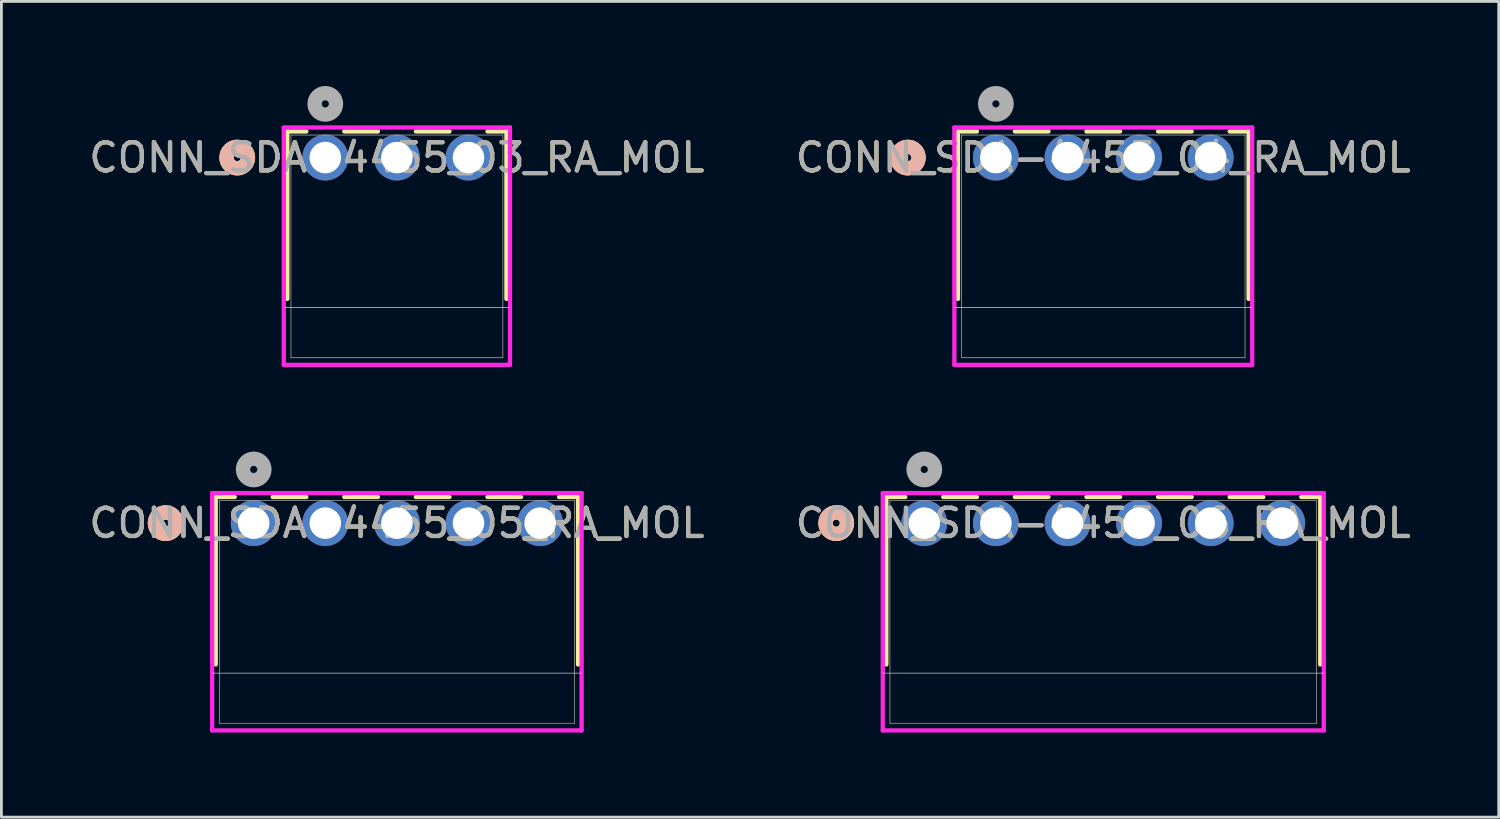
<source format=kicad_pcb>
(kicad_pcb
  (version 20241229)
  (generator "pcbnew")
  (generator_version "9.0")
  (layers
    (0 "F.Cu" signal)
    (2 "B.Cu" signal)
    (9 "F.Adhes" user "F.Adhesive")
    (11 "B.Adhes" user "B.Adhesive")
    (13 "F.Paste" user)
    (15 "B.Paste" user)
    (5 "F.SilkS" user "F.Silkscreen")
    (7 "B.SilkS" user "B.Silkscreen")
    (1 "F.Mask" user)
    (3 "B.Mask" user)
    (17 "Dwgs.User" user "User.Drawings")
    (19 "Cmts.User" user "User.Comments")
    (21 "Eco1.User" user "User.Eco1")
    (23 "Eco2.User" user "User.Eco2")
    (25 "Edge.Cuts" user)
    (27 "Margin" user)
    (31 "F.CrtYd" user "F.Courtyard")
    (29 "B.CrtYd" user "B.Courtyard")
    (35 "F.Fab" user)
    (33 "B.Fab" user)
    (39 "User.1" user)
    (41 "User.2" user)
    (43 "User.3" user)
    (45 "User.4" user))
  (footprint "CONN_SDA-4455_06_RA_MOL"
    (layer "F.Cu")
    (at 29.739 15.509)
    (property "Reference" "CONN_SDA-4455_06_RA_MOL" (at 6.35 0 0) (unlocked yes) (layer "F.SilkS") (effects (font (size 1 1) (thickness 0.15))))
    (attr through_hole)
    (fp_line (start -1.346 -0.927) (end -1.346 5.014) (stroke (width 0.152) (type solid)) (layer "F.SilkS"))
    (fp_line (start -0.673 -0.927) (end -1.346 -0.927) (stroke (width 0.152) (type solid)) (layer "F.SilkS"))
    (fp_line (start 1.867 -0.927) (end 0.673 -0.927) (stroke (width 0.152) (type solid)) (layer "F.SilkS"))
    (fp_line (start 4.407 -0.927) (end 3.213 -0.927) (stroke (width 0.152) (type solid)) (layer "F.SilkS"))
    (fp_line (start 6.947 -0.927) (end 5.753 -0.927) (stroke (width 0.152) (type solid)) (layer "F.SilkS"))
    (fp_line (start 9.487 -0.927) (end 8.293 -0.927) (stroke (width 0.152) (type solid)) (layer "F.SilkS"))
    (fp_line (start 12.027 -0.927) (end 10.833 -0.927) (stroke (width 0.152) (type solid)) (layer "F.SilkS"))
    (fp_line (start 14.046 -0.927) (end 13.373 -0.927) (stroke (width 0.152) (type solid)) (layer "F.SilkS"))
    (fp_line (start 14.046 5.014) (end 14.046 -0.927) (stroke (width 0.152) (type solid)) (layer "F.SilkS"))
    (fp_circle (center -3.124 0) (end -2.743 0) (stroke (width 0.508) (type solid)) (fill no) (layer "F.SilkS"))
    (fp_circle (center -3.124 0) (end -2.743 0) (stroke (width 0.508) (type solid)) (fill no) (layer "B.SilkS"))
    (fp_line (start -1.473 5.321) (end 14.173 5.321) (stroke (width 0.025) (type solid)) (layer "Edge.Cuts"))
    (fp_line (start -1.473 -1.067) (end -1.473 7.353) (stroke (width 0.152) (type solid)) (layer "F.CrtYd"))
    (fp_line (start -1.473 7.353) (end 14.173 7.353) (stroke (width 0.152) (type solid)) (layer "F.CrtYd"))
    (fp_line (start 14.173 -1.067) (end -1.473 -1.067) (stroke (width 0.152) (type solid)) (layer "F.CrtYd"))
    (fp_line (start 14.173 7.353) (end 14.173 -1.067) (stroke (width 0.152) (type solid)) (layer "F.CrtYd"))
    (fp_line (start -1.219 -0.8) (end -1.219 7.099) (stroke (width 0.025) (type solid)) (layer "F.Fab"))
    (fp_line (start -1.219 7.099) (end 13.919 7.099) (stroke (width 0.025) (type solid)) (layer "F.Fab"))
    (fp_line (start 13.919 -0.8) (end -1.219 -0.8) (stroke (width 0.025) (type solid)) (layer "F.Fab"))
    (fp_line (start 13.919 7.099) (end 13.919 -0.8) (stroke (width 0.025) (type solid)) (layer "F.Fab"))
    (fp_circle (center 0 -1.905) (end 0.381 -1.905) (stroke (width 0.508) (type solid)) (fill no) (layer "F.Fab"))
    (fp_text user "${REFERENCE}" (at 6.35 0 0) (unlocked yes) (layer "F.Fab") (effects (font (size 1 1) (thickness 0.15))))
    (pad "1" thru_hole circle (at 0 0) (size 1.626 1.626) (drill 1.118) (layers "*.Cu" "*.Mask"))
    (pad "2" thru_hole circle (at 2.54 0) (size 1.626 1.626) (drill 1.118) (layers "*.Cu" "*.Mask"))
    (pad "3" thru_hole circle (at 5.08 0) (size 1.626 1.626) (drill 1.118) (layers "*.Cu" "*.Mask"))
    (pad "4" thru_hole circle (at 7.62 0) (size 1.626 1.626) (drill 1.118) (layers "*.Cu" "*.Mask"))
    (pad "5" thru_hole circle (at 10.16 0) (size 1.626 1.626) (drill 1.118) (layers "*.Cu" "*.Mask"))
    (pad "6" thru_hole circle (at 12.7 0) (size 1.626 1.626) (drill 1.118) (layers "*.Cu" "*.Mask")))
  (footprint "CONN_SDA-4455_05_RA_MOL"
    (layer "F.Cu")
    (at 5.95 15.509)
    (property "Reference" "CONN_SDA-4455_05_RA_MOL" (at 5.08 0 0) (unlocked yes) (layer "F.SilkS") (effects (font (size 1 1) (thickness 0.15))))
    (attr through_hole)
    (fp_line (start -1.346 -0.927) (end -1.346 5.014) (stroke (width 0.152) (type solid)) (layer "F.SilkS"))
    (fp_line (start -0.673 -0.927) (end -1.346 -0.927) (stroke (width 0.152) (type solid)) (layer "F.SilkS"))
    (fp_line (start 1.867 -0.927) (end 0.673 -0.927) (stroke (width 0.152) (type solid)) (layer "F.SilkS"))
    (fp_line (start 4.407 -0.927) (end 3.213 -0.927) (stroke (width 0.152) (type solid)) (layer "F.SilkS"))
    (fp_line (start 6.947 -0.927) (end 5.753 -0.927) (stroke (width 0.152) (type solid)) (layer "F.SilkS"))
    (fp_line (start 9.487 -0.927) (end 8.293 -0.927) (stroke (width 0.152) (type solid)) (layer "F.SilkS"))
    (fp_line (start 11.506 -0.927) (end 10.833 -0.927) (stroke (width 0.152) (type solid)) (layer "F.SilkS"))
    (fp_line (start 11.506 5.014) (end 11.506 -0.927) (stroke (width 0.152) (type solid)) (layer "F.SilkS"))
    (fp_circle (center -3.124 0) (end -2.743 0) (stroke (width 0.508) (type solid)) (fill no) (layer "F.SilkS"))
    (fp_circle (center -3.124 0) (end -2.743 0) (stroke (width 0.508) (type solid)) (fill no) (layer "B.SilkS"))
    (fp_line (start -1.473 5.321) (end 11.633 5.321) (stroke (width 0.025) (type solid)) (layer "Edge.Cuts"))
    (fp_line (start -1.473 -1.067) (end -1.473 7.353) (stroke (width 0.152) (type solid)) (layer "F.CrtYd"))
    (fp_line (start -1.473 7.353) (end 11.633 7.353) (stroke (width 0.152) (type solid)) (layer "F.CrtYd"))
    (fp_line (start 11.633 -1.067) (end -1.473 -1.067) (stroke (width 0.152) (type solid)) (layer "F.CrtYd"))
    (fp_line (start 11.633 7.353) (end 11.633 -1.067) (stroke (width 0.152) (type solid)) (layer "F.CrtYd"))
    (fp_line (start -1.219 -0.8) (end -1.219 7.099) (stroke (width 0.025) (type solid)) (layer "F.Fab"))
    (fp_line (start -1.219 7.099) (end 11.379 7.099) (stroke (width 0.025) (type solid)) (layer "F.Fab"))
    (fp_line (start 11.379 -0.8) (end -1.219 -0.8) (stroke (width 0.025) (type solid)) (layer "F.Fab"))
    (fp_line (start 11.379 7.099) (end 11.379 -0.8) (stroke (width 0.025) (type solid)) (layer "F.Fab"))
    (fp_circle (center 0 -1.905) (end 0.381 -1.905) (stroke (width 0.508) (type solid)) (fill no) (layer "F.Fab"))
    (fp_text user "${REFERENCE}" (at 5.08 0 0) (unlocked yes) (layer "F.Fab") (effects (font (size 1 1) (thickness 0.15))))
    (pad "1" thru_hole circle (at 0 0) (size 1.626 1.626) (drill 1.118) (layers "*.Cu" "*.Mask"))
    (pad "2" thru_hole circle (at 2.54 0) (size 1.626 1.626) (drill 1.118) (layers "*.Cu" "*.Mask"))
    (pad "3" thru_hole circle (at 5.08 0) (size 1.626 1.626) (drill 1.118) (layers "*.Cu" "*.Mask"))
    (pad "4" thru_hole circle (at 7.62 0) (size 1.626 1.626) (drill 1.118) (layers "*.Cu" "*.Mask"))
    (pad "5" thru_hole circle (at 10.16 0) (size 1.626 1.626) (drill 1.118) (layers "*.Cu" "*.Mask")))
  (footprint "CONN_SDA-4455_03_RA_MOL"
    (layer "F.Cu")
    (at 8.49 2.54)
    (property "Reference" "CONN_SDA-4455_03_RA_MOL" (at 2.54 0 0) (unlocked yes) (layer "F.SilkS") (effects (font (size 1 1) (thickness 0.15))))
    (attr through_hole)
    (fp_line (start -1.346 -0.927) (end -1.346 5.014) (stroke (width 0.152) (type solid)) (layer "F.SilkS"))
    (fp_line (start -0.673 -0.927) (end -1.346 -0.927) (stroke (width 0.152) (type solid)) (layer "F.SilkS"))
    (fp_line (start 1.867 -0.927) (end 0.673 -0.927) (stroke (width 0.152) (type solid)) (layer "F.SilkS"))
    (fp_line (start 4.407 -0.927) (end 3.213 -0.927) (stroke (width 0.152) (type solid)) (layer "F.SilkS"))
    (fp_line (start 6.426 -0.927) (end 5.753 -0.927) (stroke (width 0.152) (type solid)) (layer "F.SilkS"))
    (fp_line (start 6.426 5.014) (end 6.426 -0.927) (stroke (width 0.152) (type solid)) (layer "F.SilkS"))
    (fp_circle (center -3.124 0) (end -2.743 0) (stroke (width 0.508) (type solid)) (fill no) (layer "F.SilkS"))
    (fp_circle (center -3.124 0) (end -2.743 0) (stroke (width 0.508) (type solid)) (fill no) (layer "B.SilkS"))
    (fp_line (start -1.473 5.321) (end 6.553 5.321) (stroke (width 0.025) (type solid)) (layer "Edge.Cuts"))
    (fp_line (start -1.473 -1.067) (end -1.473 7.353) (stroke (width 0.152) (type solid)) (layer "F.CrtYd"))
    (fp_line (start -1.473 7.353) (end 6.553 7.353) (stroke (width 0.152) (type solid)) (layer "F.CrtYd"))
    (fp_line (start 6.553 -1.067) (end -1.473 -1.067) (stroke (width 0.152) (type solid)) (layer "F.CrtYd"))
    (fp_line (start 6.553 7.353) (end 6.553 -1.067) (stroke (width 0.152) (type solid)) (layer "F.CrtYd"))
    (fp_line (start -1.219 -0.8) (end -1.219 7.099) (stroke (width 0.025) (type solid)) (layer "F.Fab"))
    (fp_line (start -1.219 7.099) (end 6.299 7.099) (stroke (width 0.025) (type solid)) (layer "F.Fab"))
    (fp_line (start 6.299 -0.8) (end -1.219 -0.8) (stroke (width 0.025) (type solid)) (layer "F.Fab"))
    (fp_line (start 6.299 7.099) (end 6.299 -0.8) (stroke (width 0.025) (type solid)) (layer "F.Fab"))
    (fp_circle (center 0 -1.905) (end 0.381 -1.905) (stroke (width 0.508) (type solid)) (fill no) (layer "F.Fab"))
    (fp_text user "${REFERENCE}" (at 2.54 0 0) (unlocked yes) (layer "F.Fab") (effects (font (size 1 1) (thickness 0.15))))
    (pad "1" thru_hole circle (at 0 0) (size 1.626 1.626) (drill 1.118) (layers "*.Cu" "*.Mask"))
    (pad "2" thru_hole circle (at 2.54 0) (size 1.626 1.626) (drill 1.118) (layers "*.Cu" "*.Mask"))
    (pad "3" thru_hole circle (at 5.08 0) (size 1.626 1.626) (drill 1.118) (layers "*.Cu" "*.Mask")))
  (footprint "CONN_SDA-4455_04_RA_MOL"
    (layer "F.Cu")
    (at 32.279 2.54)
    (property "Reference" "CONN_SDA-4455_04_RA_MOL" (at 3.81 0 0) (unlocked yes) (layer "F.SilkS") (effects (font (size 1 1) (thickness 0.15))))
    (attr through_hole)
    (fp_line (start -1.346 -0.927) (end -1.346 5.014) (stroke (width 0.152) (type solid)) (layer "F.SilkS"))
    (fp_line (start -0.673 -0.927) (end -1.346 -0.927) (stroke (width 0.152) (type solid)) (layer "F.SilkS"))
    (fp_line (start 1.867 -0.927) (end 0.673 -0.927) (stroke (width 0.152) (type solid)) (layer "F.SilkS"))
    (fp_line (start 4.407 -0.927) (end 3.213 -0.927) (stroke (width 0.152) (type solid)) (layer "F.SilkS"))
    (fp_line (start 6.947 -0.927) (end 5.753 -0.927) (stroke (width 0.152) (type solid)) (layer "F.SilkS"))
    (fp_line (start 8.966 -0.927) (end 8.293 -0.927) (stroke (width 0.152) (type solid)) (layer "F.SilkS"))
    (fp_line (start 8.966 5.014) (end 8.966 -0.927) (stroke (width 0.152) (type solid)) (layer "F.SilkS"))
    (fp_circle (center -3.124 0) (end -2.743 0) (stroke (width 0.508) (type solid)) (fill no) (layer "F.SilkS"))
    (fp_circle (center -3.124 0) (end -2.743 0) (stroke (width 0.508) (type solid)) (fill no) (layer "B.SilkS"))
    (fp_line (start -1.473 5.321) (end 9.093 5.321) (stroke (width 0.025) (type solid)) (layer "Edge.Cuts"))
    (fp_line (start -1.473 -1.067) (end -1.473 7.353) (stroke (width 0.152) (type solid)) (layer "F.CrtYd"))
    (fp_line (start -1.473 7.353) (end 9.093 7.353) (stroke (width 0.152) (type solid)) (layer "F.CrtYd"))
    (fp_line (start 9.093 -1.067) (end -1.473 -1.067) (stroke (width 0.152) (type solid)) (layer "F.CrtYd"))
    (fp_line (start 9.093 7.353) (end 9.093 -1.067) (stroke (width 0.152) (type solid)) (layer "F.CrtYd"))
    (fp_line (start -1.219 -0.8) (end -1.219 7.099) (stroke (width 0.025) (type solid)) (layer "F.Fab"))
    (fp_line (start -1.219 7.099) (end 8.839 7.099) (stroke (width 0.025) (type solid)) (layer "F.Fab"))
    (fp_line (start 8.839 -0.8) (end -1.219 -0.8) (stroke (width 0.025) (type solid)) (layer "F.Fab"))
    (fp_line (start 8.839 7.099) (end 8.839 -0.8) (stroke (width 0.025) (type solid)) (layer "F.Fab"))
    (fp_circle (center 0 -1.905) (end 0.381 -1.905) (stroke (width 0.508) (type solid)) (fill no) (layer "F.Fab"))
    (fp_text user "${REFERENCE}" (at 3.81 0 0) (unlocked yes) (layer "F.Fab") (effects (font (size 1 1) (thickness 0.15))))
    (pad "1" thru_hole circle (at 0 0) (size 1.626 1.626) (drill 1.118) (layers "*.Cu" "*.Mask"))
    (pad "2" thru_hole circle (at 2.54 0) (size 1.626 1.626) (drill 1.118) (layers "*.Cu" "*.Mask"))
    (pad "3" thru_hole circle (at 5.08 0) (size 1.626 1.626) (drill 1.118) (layers "*.Cu" "*.Mask"))
    (pad "4" thru_hole circle (at 7.62 0) (size 1.626 1.626) (drill 1.118) (layers "*.Cu" "*.Mask")))
  (gr_rect
    (start -3 -3)
    (end 50.119 25.939)
    (stroke (width 0.1) (type default))
    (fill no)
    (layer "Edge.Cuts")))
</source>
